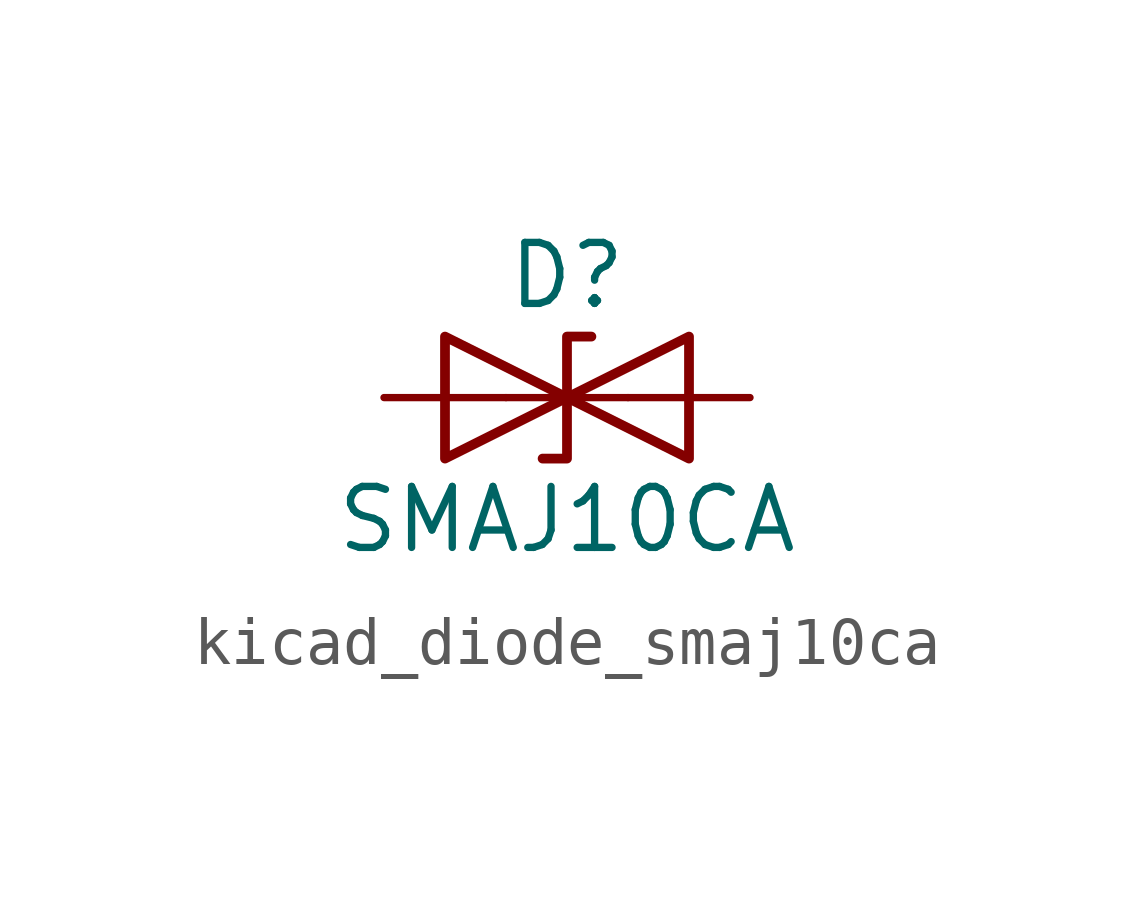
<source format=kicad_sym>
(kicad_symbol_lib
  (version 20220914)
  (generator kicad_symbol_editor)
  (symbol "kicad_diode_smaj10ca"
    (pin_numbers hide)
    (pin_names
      (offset 1.016) hide)
    (property "Reference" "D"
      (at 0 2.54 0)
      (effects (font (size 1.27 1.27))))
    (property "Value" "SMAJ10CA"
      (at 0 -2.54 0)
      (effects (font (size 1.27 1.27))))
    (symbol "kicad_diode_smaj10ca_0_1"
      (polyline (pts (xy 1.27 0) (xy -1.27 0)) (stroke (width 0) (type default)) (fill (type none)))
      (polyline (pts (xy -2.54 -1.27) (xy 0 0) (xy -2.54 1.27) (xy -2.54 -1.27)) (stroke (width 0.203) (type default)) (fill (type none)))
      (polyline (pts (xy 0.508 1.27) (xy 0 1.27) (xy 0 -1.27) (xy -0.508 -1.27)) (stroke (width 0.203) (type default)) (fill (type none)))
      (polyline (pts (xy 2.54 1.27) (xy 2.54 -1.27) (xy 0 0) (xy 2.54 1.27)) (stroke (width 0.203) (type default)) (fill (type none))))
    (symbol "kicad_diode_smaj10ca_1_1"
      (pin passive line (at -3.81 0 0) (length 2.54) (name "A1" (effects (font (size 1.27 1.27)))) (number "1" (effects (font (size 1.27 1.27)))))
      (pin passive line (at 3.81 0 180) (length 2.54) (name "A2" (effects (font (size 1.27 1.27)))) (number "2" (effects (font (size 1.27 1.27))))))))
</source>
